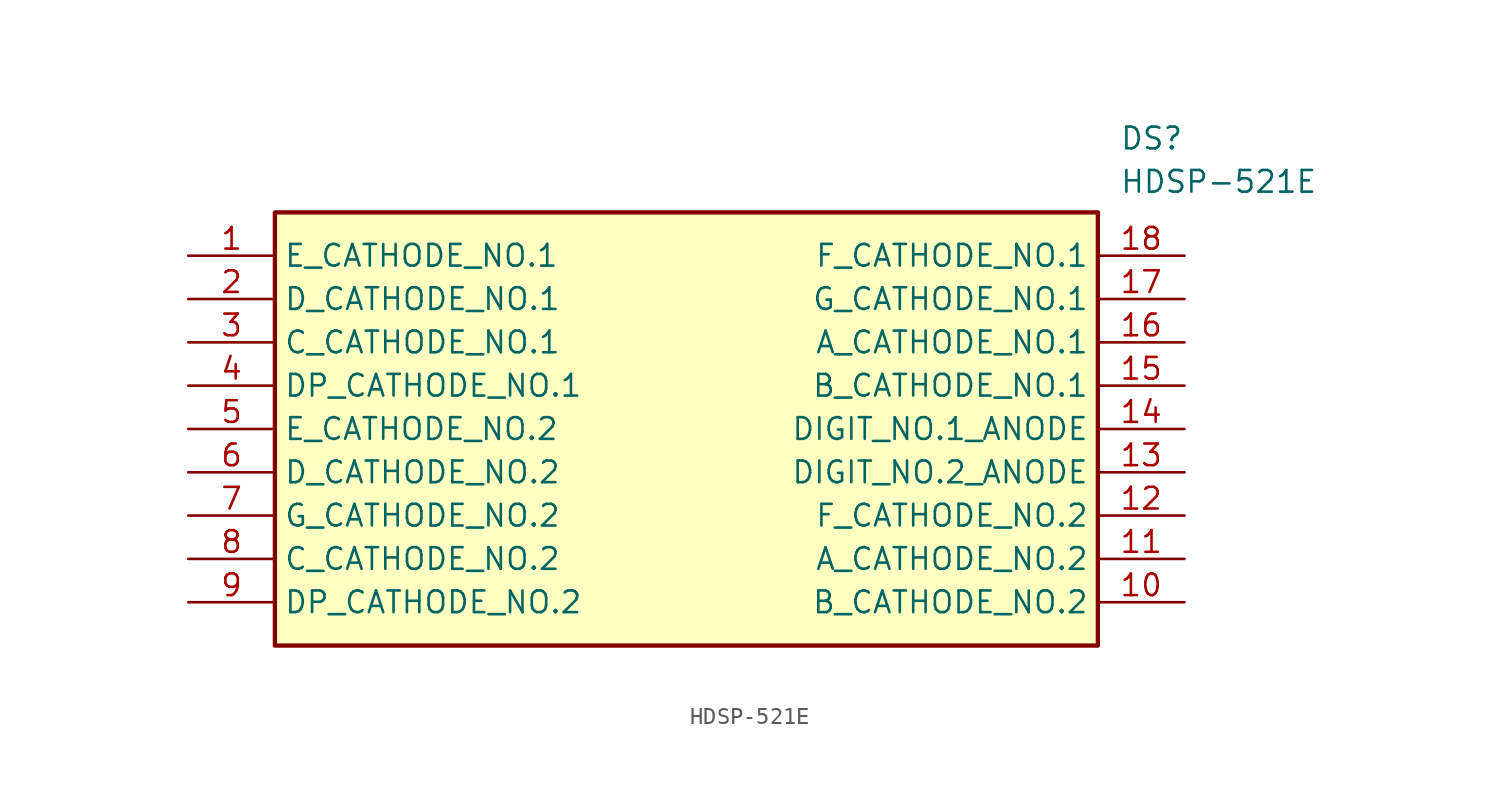
<source format=kicad_sym>
(kicad_symbol_lib
  (version 20211014)
  (generator SamacSys_ECAD_Model)
  (symbol "HDSP-521E"
    (property "Reference" "DS"
      (at 54.61 7.62 0)
      (effects (font (size 1.27 1.27)) (justify left top)))
    (property "Value" "HDSP-521E"
      (at 54.61 5.08 0)
      (effects (font (size 1.27 1.27)) (justify left top)))
    (rectangle
      (start 5.08 2.54)
      (end 53.34 -22.86)
      (stroke (width 0.254) (type default))
      (fill (type background)))
    (pin passive line
      (at 0 0 0)
      (length 5.08)
      (name "E_CATHODE_NO.1" (effects (font (size 1.27 1.27))))
      (number "1" (effects (font (size 1.27 1.27)))))
    (pin passive line
      (at 0 -2.54 0)
      (length 5.08)
      (name "D_CATHODE_NO.1" (effects (font (size 1.27 1.27))))
      (number "2" (effects (font (size 1.27 1.27)))))
    (pin passive line
      (at 0 -5.08 0)
      (length 5.08)
      (name "C_CATHODE_NO.1" (effects (font (size 1.27 1.27))))
      (number "3" (effects (font (size 1.27 1.27)))))
    (pin passive line
      (at 0 -7.62 0)
      (length 5.08)
      (name "DP_CATHODE_NO.1" (effects (font (size 1.27 1.27))))
      (number "4" (effects (font (size 1.27 1.27)))))
    (pin passive line
      (at 0 -10.16 0)
      (length 5.08)
      (name "E_CATHODE_NO.2" (effects (font (size 1.27 1.27))))
      (number "5" (effects (font (size 1.27 1.27)))))
    (pin passive line
      (at 0 -12.7 0)
      (length 5.08)
      (name "D_CATHODE_NO.2" (effects (font (size 1.27 1.27))))
      (number "6" (effects (font (size 1.27 1.27)))))
    (pin passive line
      (at 0 -15.24 0)
      (length 5.08)
      (name "G_CATHODE_NO.2" (effects (font (size 1.27 1.27))))
      (number "7" (effects (font (size 1.27 1.27)))))
    (pin passive line
      (at 0 -17.78 0)
      (length 5.08)
      (name "C_CATHODE_NO.2" (effects (font (size 1.27 1.27))))
      (number "8" (effects (font (size 1.27 1.27)))))
    (pin passive line
      (at 0 -20.32 0)
      (length 5.08)
      (name "DP_CATHODE_NO.2" (effects (font (size 1.27 1.27))))
      (number "9" (effects (font (size 1.27 1.27)))))
    (pin passive line
      (at 58.42 0 180)
      (length 5.08)
      (name "F_CATHODE_NO.1" (effects (font (size 1.27 1.27))))
      (number "18" (effects (font (size 1.27 1.27)))))
    (pin passive line
      (at 58.42 -2.54 180)
      (length 5.08)
      (name "G_CATHODE_NO.1" (effects (font (size 1.27 1.27))))
      (number "17" (effects (font (size 1.27 1.27)))))
    (pin passive line
      (at 58.42 -5.08 180)
      (length 5.08)
      (name "A_CATHODE_NO.1" (effects (font (size 1.27 1.27))))
      (number "16" (effects (font (size 1.27 1.27)))))
    (pin passive line
      (at 58.42 -7.62 180)
      (length 5.08)
      (name "B_CATHODE_NO.1" (effects (font (size 1.27 1.27))))
      (number "15" (effects (font (size 1.27 1.27)))))
    (pin passive line
      (at 58.42 -10.16 180)
      (length 5.08)
      (name "DIGIT_NO.1_ANODE" (effects (font (size 1.27 1.27))))
      (number "14" (effects (font (size 1.27 1.27)))))
    (pin passive line
      (at 58.42 -12.7 180)
      (length 5.08)
      (name "DIGIT_NO.2_ANODE" (effects (font (size 1.27 1.27))))
      (number "13" (effects (font (size 1.27 1.27)))))
    (pin passive line
      (at 58.42 -15.24 180)
      (length 5.08)
      (name "F_CATHODE_NO.2" (effects (font (size 1.27 1.27))))
      (number "12" (effects (font (size 1.27 1.27)))))
    (pin passive line
      (at 58.42 -17.78 180)
      (length 5.08)
      (name "A_CATHODE_NO.2" (effects (font (size 1.27 1.27))))
      (number "11" (effects (font (size 1.27 1.27)))))
    (pin passive line
      (at 58.42 -20.32 180)
      (length 5.08)
      (name "B_CATHODE_NO.2" (effects (font (size 1.27 1.27))))
      (number "10" (effects (font (size 1.27 1.27)))))))
</source>
